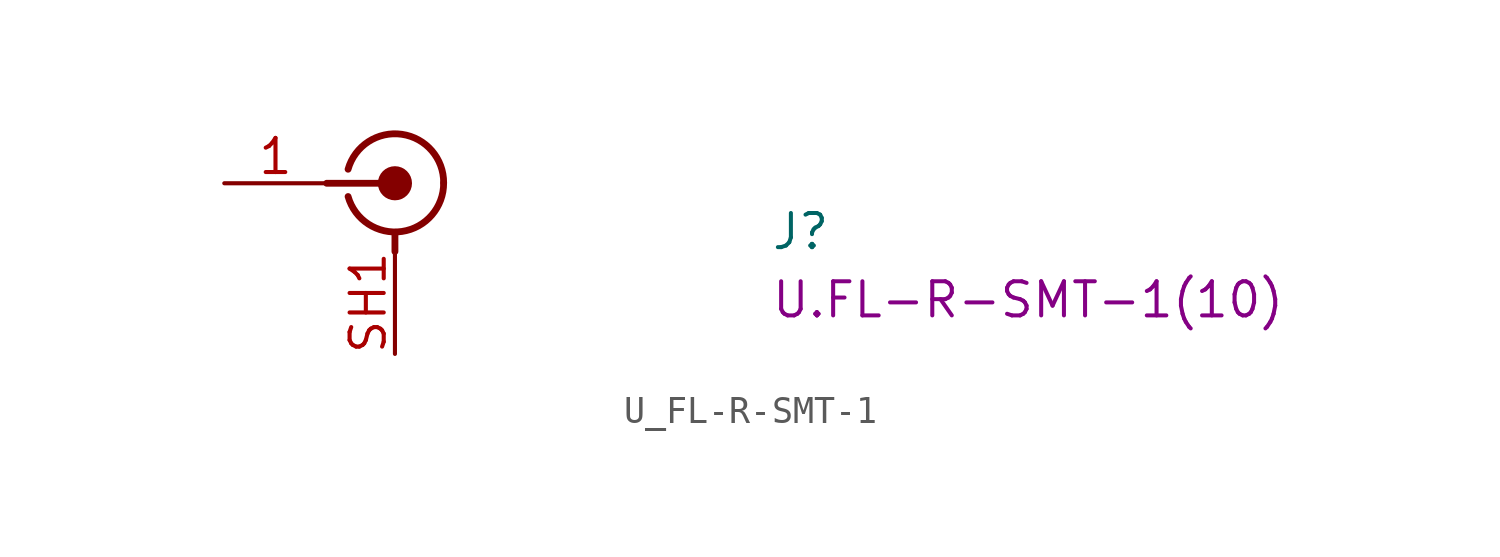
<source format=kicad_sym>
(kicad_symbol_lib
  (version 20220914)
  (generator kicad_symbol_editor)
  (symbol "U_FL-R-SMT-1"
    (property "Reference" "J"
      (at 20.32 -2.54 0)
      (effects (font (size 1.27 1.27) (thickness 0.15)) (justify left bottom)))
    (property "MPN" "U.FL-R-SMT-1(10)"
      (at 20.32 -5.08 0)
      (effects (font (size 1.27 1.27) (thickness 0.15)) (justify left bottom)))
    (symbol "U_FL-R-SMT-1_0_0"
      (pin passive line (at 0 0 0) (length 3.81) (name "~" (effects (font (size 1.27 1.27)))) (number "1" (effects (font (size 1.27 1.27)))))
      (pin passive line (at 6.35 -6.35 90) (length 3.81) (name "~" (effects (font (size 1.27 1.27)))) (number "SH1" (effects (font (size 1.27 1.27)))))
      (pin passive line (at 6.35 -6.35 90) (length 3.81) hide (name "~" (effects (font (size 1.27 1.27)))) (number "SH2" (effects (font (size 1.27 1.27))))))
    (symbol "U_FL-R-SMT-1_1_1"
      (polyline (pts (xy 3.81 0) (xy 5.842 0)) (stroke (width 0.254) (type default)) (fill (type background)))
      (polyline (pts (xy 6.35 -2.54) (xy 6.35 -1.905)) (stroke (width 0.254) (type default)) (fill (type background)))
      (arc (start 4.6063 -0.4942) (mid 6.6063 -1.7942) (end 8.1623 0.0138) (stroke (width 0.254) (type default)) (fill (type none)))
      (circle (center 6.35 0) (radius 0.508) (stroke (width 0.254) (type default)) (fill (type outline)))
      (arc (start 8.1623 0.0138) (mid 6.6063 1.8221) (end 4.6063 0.5218) (stroke (width 0.254) (type default)) (fill (type none))))))
</source>
